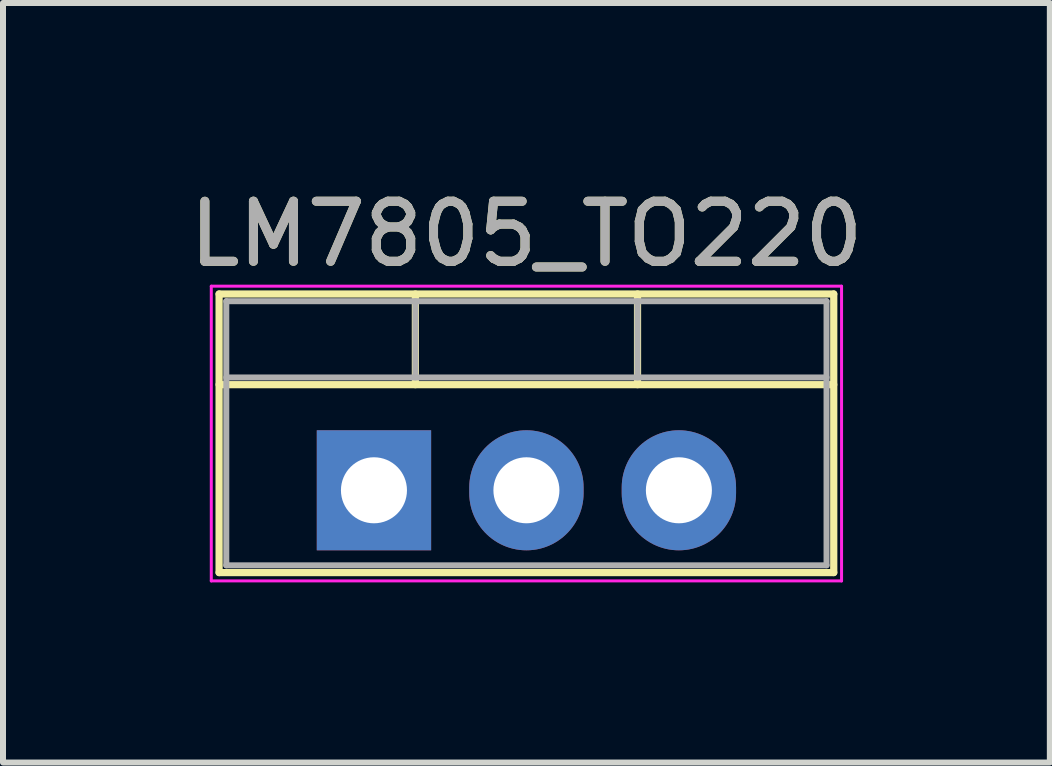
<source format=kicad_pcb>
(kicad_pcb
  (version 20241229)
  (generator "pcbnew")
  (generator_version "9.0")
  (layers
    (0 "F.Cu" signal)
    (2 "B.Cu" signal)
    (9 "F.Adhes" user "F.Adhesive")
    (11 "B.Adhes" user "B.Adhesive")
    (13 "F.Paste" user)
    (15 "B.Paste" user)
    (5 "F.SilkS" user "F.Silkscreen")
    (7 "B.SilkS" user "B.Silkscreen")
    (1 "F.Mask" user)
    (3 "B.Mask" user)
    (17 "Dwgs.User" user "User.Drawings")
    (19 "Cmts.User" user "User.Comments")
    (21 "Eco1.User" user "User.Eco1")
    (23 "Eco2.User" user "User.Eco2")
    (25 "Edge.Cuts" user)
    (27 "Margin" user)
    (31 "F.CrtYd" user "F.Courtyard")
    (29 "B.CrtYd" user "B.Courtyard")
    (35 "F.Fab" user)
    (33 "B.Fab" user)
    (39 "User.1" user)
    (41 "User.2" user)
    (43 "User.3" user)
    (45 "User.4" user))
  (footprint "LM7805_TO220"
    (layer "F.Cu")
    (at 3.18 5.118)
    (property "Reference" "LM7805_TO220" (at 2.54 -4.27 0) (layer "F.SilkS") (effects (font (size 1 1) (thickness 0.15))))
    (attr through_hole)
    (fp_line (start -2.58 -3.27) (end -2.58 1.371) (stroke (width 0.12) (type solid)) (layer "F.SilkS"))
    (fp_line (start -2.58 -3.27) (end 7.66 -3.27) (stroke (width 0.12) (type solid)) (layer "F.SilkS"))
    (fp_line (start -2.58 -1.76) (end 7.66 -1.76) (stroke (width 0.12) (type solid)) (layer "F.SilkS"))
    (fp_line (start -2.58 1.371) (end 7.66 1.371) (stroke (width 0.12) (type solid)) (layer "F.SilkS"))
    (fp_line (start 0.69 -3.27) (end 0.69 -1.76) (stroke (width 0.12) (type solid)) (layer "F.SilkS"))
    (fp_line (start 4.391 -3.27) (end 4.391 -1.76) (stroke (width 0.12) (type solid)) (layer "F.SilkS"))
    (fp_line (start 7.66 -3.27) (end 7.66 1.371) (stroke (width 0.12) (type solid)) (layer "F.SilkS"))
    (fp_line (start -2.71 -3.4) (end -2.71 1.51) (stroke (width 0.05) (type solid)) (layer "F.CrtYd"))
    (fp_line (start -2.71 1.51) (end 7.79 1.51) (stroke (width 0.05) (type solid)) (layer "F.CrtYd"))
    (fp_line (start 7.79 -3.4) (end -2.71 -3.4) (stroke (width 0.05) (type solid)) (layer "F.CrtYd"))
    (fp_line (start 7.79 1.51) (end 7.79 -3.4) (stroke (width 0.05) (type solid)) (layer "F.CrtYd"))
    (fp_line (start -2.46 -3.15) (end -2.46 1.25) (stroke (width 0.1) (type solid)) (layer "F.Fab"))
    (fp_line (start -2.46 -1.88) (end 7.54 -1.88) (stroke (width 0.1) (type solid)) (layer "F.Fab"))
    (fp_line (start -2.46 1.25) (end 7.54 1.25) (stroke (width 0.1) (type solid)) (layer "F.Fab"))
    (fp_line (start 0.69 -3.15) (end 0.69 -1.88) (stroke (width 0.1) (type solid)) (layer "F.Fab"))
    (fp_line (start 4.39 -3.15) (end 4.39 -1.88) (stroke (width 0.1) (type solid)) (layer "F.Fab"))
    (fp_line (start 7.54 -3.15) (end -2.46 -3.15) (stroke (width 0.1) (type solid)) (layer "F.Fab"))
    (fp_line (start 7.54 1.25) (end 7.54 -3.15) (stroke (width 0.1) (type solid)) (layer "F.Fab"))
    (fp_text user "${REFERENCE}" (at 2.54 -4.27 0) (layer "F.Fab") (effects (font (size 1 1) (thickness 0.15))))
    (pad "1" thru_hole rect (at 0 0) (size 1.905 2) (drill 1.1) (layers "*.Cu" "*.Mask"))
    (pad "2" thru_hole oval (at 2.54 0) (size 1.905 2) (drill 1.1) (layers "*.Cu" "*.Mask"))
    (pad "3" thru_hole oval (at 5.08 0) (size 1.905 2) (drill 1.1) (layers "*.Cu" "*.Mask")))
  (gr_rect
    (start -3 -3)
    (end 14.44 9.653)
    (stroke (width 0.1) (type default))
    (fill no)
    (layer "Edge.Cuts")))
</source>
